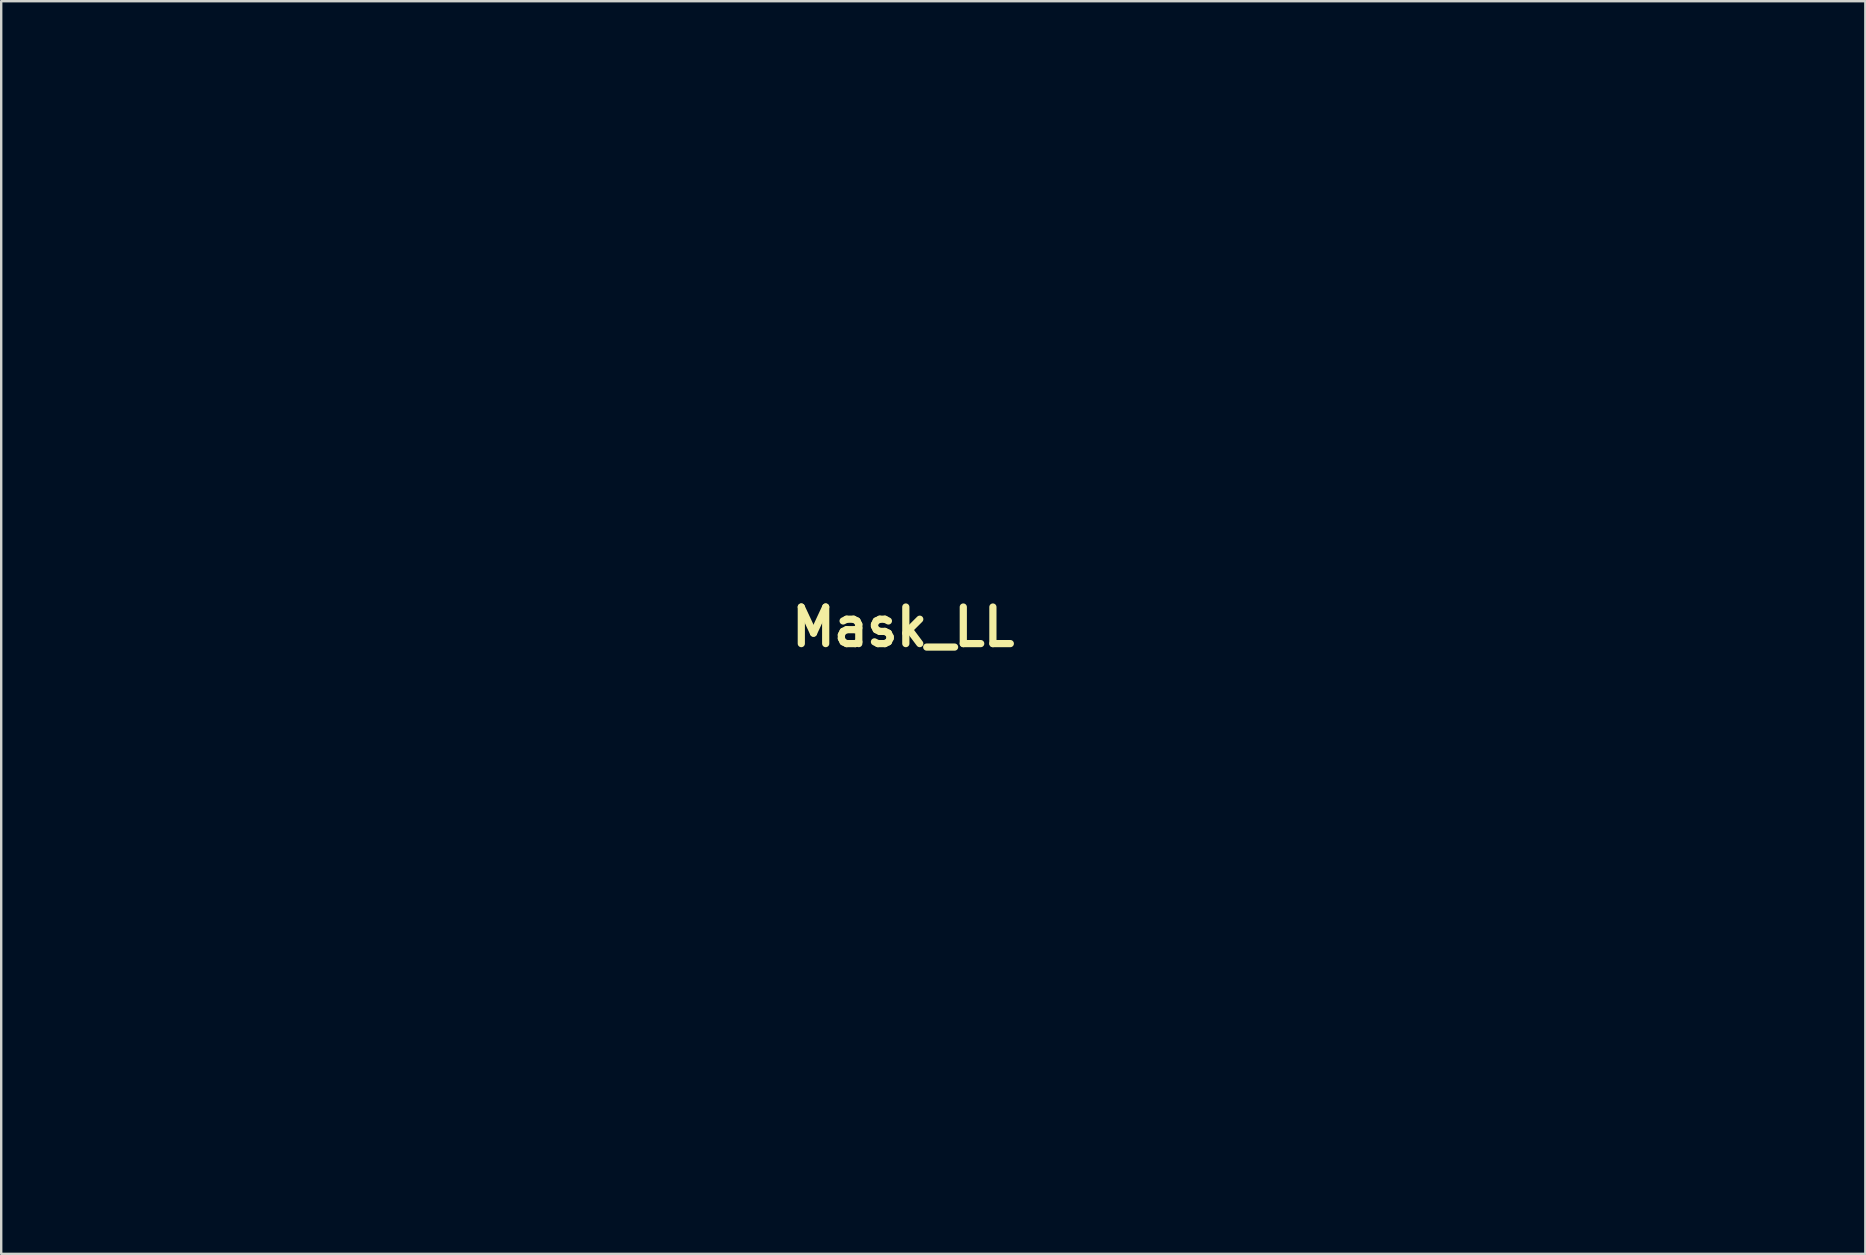
<source format=kicad_pcb>
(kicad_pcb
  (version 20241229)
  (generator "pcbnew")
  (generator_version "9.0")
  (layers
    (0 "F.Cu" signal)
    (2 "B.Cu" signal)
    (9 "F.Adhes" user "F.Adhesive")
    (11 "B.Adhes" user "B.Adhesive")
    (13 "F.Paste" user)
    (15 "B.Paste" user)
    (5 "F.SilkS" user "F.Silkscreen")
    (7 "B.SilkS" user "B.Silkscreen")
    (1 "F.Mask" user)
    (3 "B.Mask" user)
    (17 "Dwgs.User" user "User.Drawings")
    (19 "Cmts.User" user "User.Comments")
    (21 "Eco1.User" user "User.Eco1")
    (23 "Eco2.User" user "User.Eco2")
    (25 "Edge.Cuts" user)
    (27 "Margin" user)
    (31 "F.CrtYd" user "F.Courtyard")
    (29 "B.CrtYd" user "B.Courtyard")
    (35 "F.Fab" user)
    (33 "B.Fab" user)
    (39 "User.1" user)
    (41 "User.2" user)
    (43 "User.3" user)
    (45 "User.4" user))
  (footprint "Mask_LL"
    (layer "F.Cu")
    (at 34.583 23.077)
    (property "Reference" "Mask_LL" (at 0 0 0) (layer "F.SilkS") (effects (font (size 1.524 1.524) (thickness 0.3))))
    (attr through_hole)
    (fp_poly (pts (xy -12.319 -22.881) (xy -12.17 -22.751) (xy -12.052 -22.694) (xy -12.022 -22.691) (xy -11.908 -22.656) (xy -11.802 -22.574) (xy -11.739 -22.5) (xy -11.713 -22.434) (xy -11.718 -22.342) (xy -11.738 -22.238) (xy -11.763 -22.019) (xy -11.737 -21.815) (xy -11.712 -21.689) (xy -11.716 -21.61) (xy -11.757 -21.543) (xy -11.801 -21.495) (xy -11.909 -21.412) (xy -12.017 -21.378) (xy -12.019 -21.378) (xy -12.114 -21.348) (xy -12.247 -21.253) (xy -12.381 -21.131) (xy -12.638 -20.917) (xy -12.894 -20.779) (xy -13.164 -20.711) (xy -13.335 -20.701) (xy -13.595 -20.729) (xy -13.849 -20.807) (xy -14.066 -20.923) (xy -14.142 -20.983) (xy -14.267 -21.059) (xy -14.378 -21.082) (xy -14.47 -21.066) (xy -14.546 -21.007) (xy -14.619 -20.909) (xy -14.687 -20.782) (xy -14.727 -20.662) (xy -14.732 -20.623) (xy -14.723 -20.593) (xy -14.694 -20.547) (xy -14.642 -20.479) (xy -14.564 -20.387) (xy -14.455 -20.266) (xy -14.312 -20.114) (xy -14.132 -19.927) (xy -13.912 -19.701) (xy -13.648 -19.433) (xy -13.337 -19.118) (xy -12.974 -18.754) (xy -12.558 -18.337) (xy -12.202 -17.981) (xy -11.733 -17.512) (xy -11.32 -17.101) (xy -10.96 -16.744) (xy -10.65 -16.438) (xy -10.386 -16.18) (xy -10.165 -15.967) (xy -9.984 -15.795) (xy -9.84 -15.662) (xy -9.729 -15.564) (xy -9.649 -15.498) (xy -9.595 -15.462) (xy -9.567 -15.451) (xy -9.454 -15.428) (xy -9.351 -15.377) (xy -9.295 -15.33) (xy -9.188 -15.23) (xy -9.038 -15.084) (xy -8.853 -14.9) (xy -8.639 -14.687) (xy -8.406 -14.451) (xy -8.234 -14.276) (xy -7.229 -13.249) (xy -4.128 -13.271) (xy -4.127 -13.327) (xy -1.788 -13.327) (xy -1.783 -13.233) (xy -1.736 -13.166) (xy -1.637 -13.109) (xy -1.549 -13.125) (xy -1.495 -13.203) (xy -1.49 -13.285) (xy -1.522 -13.375) (xy -1.605 -13.41) (xy -1.616 -13.412) (xy -1.729 -13.394) (xy -1.788 -13.327) (xy -4.127 -13.327) (xy -4.118 -13.83) (xy 21.719 -13.83) (xy 21.739 -13.735) (xy 21.781 -13.69) (xy 21.882 -13.657) (xy 21.975 -13.704) (xy 22.013 -13.757) (xy 22.025 -13.853) (xy 21.974 -13.93) (xy 21.878 -13.965) (xy 21.842 -13.963) (xy 21.756 -13.917) (xy 21.719 -13.83) (xy -4.118 -13.83) (xy -4.111 -14.246) (xy -1.808 -14.246) (xy -1.758 -14.183) (xy -1.661 -14.108) (xy -1.576 -14.114) (xy -1.526 -14.158) (xy -1.488 -14.26) (xy -1.524 -14.362) (xy -1.576 -14.409) (xy -1.644 -14.43) (xy -1.715 -14.389) (xy -1.743 -14.362) (xy -1.804 -14.294) (xy -1.808 -14.246) (xy -4.111 -14.246) (xy -4.107 -14.473) (xy 16.98 -14.473) (xy 17.01 -14.388) (xy 17.05 -14.354) (xy 17.129 -14.316) (xy 17.185 -14.329) (xy 17.253 -14.396) (xy 17.3 -14.495) (xy 17.271 -14.584) (xy 17.265 -14.588) (xy 18.181 -14.588) (xy 18.182 -14.523) (xy 18.199 -14.486) (xy 18.279 -14.408) (xy 18.379 -14.401) (xy 18.449 -14.444) (xy 18.501 -14.538) (xy 18.487 -14.623) (xy 18.426 -14.683) (xy 18.336 -14.697) (xy 18.244 -14.654) (xy 18.181 -14.588) (xy 17.265 -14.588) (xy 17.177 -14.639) (xy 17.17 -14.64) (xy 17.071 -14.627) (xy 17.004 -14.562) (xy 16.98 -14.473) (xy -4.107 -14.473) (xy -4.106 -14.52) (xy -4.098 -14.915) (xy -4.088 -15.247) (xy -4.087 -15.268) (xy -1.792 -15.268) (xy -1.776 -15.18) (xy -1.699 -15.126) (xy -1.616 -15.121) (xy -1.527 -15.153) (xy -1.491 -15.237) (xy -1.49 -15.248) (xy -1.507 -15.36) (xy -1.574 -15.419) (xy -1.668 -15.414) (xy -1.736 -15.367) (xy -1.792 -15.268) (xy -4.087 -15.268) (xy -4.076 -15.512) (xy -4.063 -15.698) (xy 14.063 -15.698) (xy 14.105 -15.629) (xy 14.203 -15.581) (xy 14.3 -15.607) (xy 14.313 -15.622) (xy 15.041 -15.622) (xy 15.075 -15.561) (xy 15.111 -15.529) (xy 15.212 -15.485) (xy 15.305 -15.502) (xy 15.361 -15.572) (xy 15.367 -15.614) (xy 15.335 -15.719) (xy 15.259 -15.777) (xy 15.165 -15.781) (xy 15.082 -15.722) (xy 15.067 -15.698) (xy 15.041 -15.622) (xy 14.313 -15.622) (xy 14.354 -15.668) (xy 14.378 -15.748) (xy 14.34 -15.819) (xy 14.318 -15.842) (xy 14.242 -15.898) (xy 14.17 -15.89) (xy 14.144 -15.878) (xy 14.069 -15.798) (xy 14.063 -15.698) (xy -4.063 -15.698) (xy -4.062 -15.704) (xy -4.048 -15.818) (xy -4.039 -15.847) (xy -4.027 -15.862) (xy 13.012 -15.862) (xy 13.043 -15.772) (xy 13.117 -15.713) (xy 13.166 -15.706) (xy 13.255 -15.736) (xy 13.291 -15.767) (xy 13.325 -15.861) (xy 13.297 -15.952) (xy 13.223 -16.015) (xy 13.125 -16.024) (xy 13.104 -16.018) (xy 13.03 -15.954) (xy 13.012 -15.862) (xy -4.027 -15.862) (xy -3.989 -15.911) (xy -3.892 -16.018) (xy -3.76 -16.158) (xy -3.601 -16.32) (xy -3.552 -16.369) (xy 8.41 -16.369) (xy 8.426 -16.281) (xy 8.504 -16.227) (xy 8.586 -16.222) (xy 8.676 -16.254) (xy 8.711 -16.337) (xy 8.713 -16.348) (xy 8.695 -16.461) (xy 8.628 -16.52) (xy 8.534 -16.515) (xy 8.467 -16.468) (xy 8.41 -16.369) (xy -3.552 -16.369) (xy -3.428 -16.493) (xy -3.251 -16.668) (xy -3.081 -16.833) (xy -2.928 -16.978) (xy -2.803 -17.092) (xy -2.717 -17.165) (xy -2.682 -17.187) (xy -2.582 -17.226) (xy -2.503 -17.328) (xy -2.46 -17.474) (xy -2.455 -17.544) (xy -2.453 -17.582) (xy -1.793 -17.582) (xy -1.793 -17.531) (xy -1.751 -17.478) (xy -1.656 -17.407) (xy -1.569 -17.42) (xy -1.526 -17.46) (xy -1.488 -17.562) (xy -1.524 -17.663) (xy -1.58 -17.712) (xy -1.645 -17.733) (xy -1.708 -17.693) (xy -1.739 -17.658) (xy -1.793 -17.582) (xy -2.453 -17.582) (xy -2.445 -17.692) (xy -2.419 -17.825) (xy -2.41 -17.851) (xy -2.309 -18.024) (xy -2.151 -18.184) (xy -1.961 -18.313) (xy -1.763 -18.394) (xy -1.63 -18.413) (xy -1.413 -18.373) (xy -1.204 -18.261) (xy -1.018 -18.088) (xy -0.87 -17.867) (xy -0.825 -17.768) (xy -0.736 -17.547) (xy -0.435 -17.526) (xy -0.283 -17.513) (xy -0.168 -17.498) (xy -0.112 -17.485) (xy -0.111 -17.484) (xy -0.072 -17.447) (xy 0.012 -17.364) (xy 0.13 -17.249) (xy 0.226 -17.156) (xy 0.538 -16.849) (xy 3.915 -16.849) (xy 7.292 -16.849) (xy 7.599 -17.15) (xy 9.507 -17.15) (xy 9.555 -17.073) (xy 9.567 -17.06) (xy 9.666 -17.006) (xy 9.756 -17.025) (xy 9.813 -17.105) (xy 9.821 -17.166) (xy 9.79 -17.271) (xy 9.715 -17.324) (xy 9.623 -17.319) (xy 9.539 -17.251) (xy 9.524 -17.227) (xy 9.507 -17.15) (xy 7.599 -17.15) (xy 7.604 -17.156) (xy 7.744 -17.288) (xy 7.873 -17.397) (xy 7.971 -17.47) (xy 8.011 -17.49) (xy 8.095 -17.503) (xy 8.239 -17.513) (xy 8.417 -17.52) (xy 8.499 -17.522) (xy 8.89 -17.526) (xy 9.045 -17.698) (xy 9.254 -17.874) (xy 9.486 -17.972) (xy 9.732 -17.989) (xy 9.981 -17.926) (xy 10.186 -17.812) (xy 10.334 -17.661) (xy 10.431 -17.459) (xy 10.486 -17.196) (xy 10.496 -17.081) (xy 10.52 -16.743) (xy 11.531 -16.719) (xy 11.866 -17.047) (xy 14.269 -17.047) (xy 14.288 -16.953) (xy 14.33 -16.907) (xy 14.432 -16.874) (xy 14.524 -16.921) (xy 14.559 -16.97) (xy 16.746 -16.97) (xy 16.791 -16.885) (xy 16.885 -16.815) (xy 16.971 -16.826) (xy 17.01 -16.857) (xy 17.057 -16.95) (xy 17.041 -17.045) (xy 16.978 -17.114) (xy 16.881 -17.132) (xy 16.855 -17.126) (xy 16.765 -17.063) (xy 16.746 -16.97) (xy 14.559 -16.97) (xy 14.562 -16.975) (xy 14.575 -17.07) (xy 14.523 -17.147) (xy 14.427 -17.182) (xy 14.391 -17.181) (xy 14.305 -17.134) (xy 14.269 -17.047) (xy 11.866 -17.047) (xy 11.915 -17.095) (xy 12.108 -17.284) (xy 12.256 -17.42) (xy 12.371 -17.512) (xy 12.467 -17.569) (xy 12.556 -17.598) (xy 12.651 -17.609) (xy 12.718 -17.611) (xy 12.866 -17.621) (xy 12.969 -17.661) (xy 13.047 -17.724) (xy 13.166 -17.838) (xy 13.166 -18.026) (xy 16.585 -18.026) (xy 16.59 -17.932) (xy 16.637 -17.865) (xy 16.736 -17.808) (xy 16.824 -17.824) (xy 16.878 -17.902) (xy 16.883 -17.984) (xy 16.851 -18.074) (xy 16.767 -18.109) (xy 16.756 -18.111) (xy 16.644 -18.093) (xy 16.585 -18.026) (xy 13.166 -18.026) (xy 13.166 -18.41) (xy 18.058 -18.41) (xy 18.103 -18.324) (xy 18.197 -18.254) (xy 18.283 -18.265) (xy 18.322 -18.296) (xy 18.369 -18.39) (xy 18.354 -18.484) (xy 18.29 -18.553) (xy 18.194 -18.571) (xy 18.167 -18.565) (xy 18.077 -18.503) (xy 18.058 -18.41) (xy 13.166 -18.41) (xy 13.166 -18.498) (xy 13.167 -18.622) (xy 14.44 -18.622) (xy 14.466 -18.524) (xy 14.502 -18.482) (xy 14.576 -18.424) (xy 14.639 -18.433) (xy 14.713 -18.502) (xy 14.765 -18.584) (xy 14.75 -18.656) (xy 14.747 -18.661) (xy 14.66 -18.735) (xy 14.554 -18.741) (xy 14.497 -18.71) (xy 14.44 -18.622) (xy 13.167 -18.622) (xy 13.168 -18.775) (xy 13.173 -18.918) (xy 16.28 -18.918) (xy 16.325 -18.832) (xy 16.419 -18.762) (xy 16.505 -18.773) (xy 16.544 -18.804) (xy 16.591 -18.898) (xy 16.576 -18.992) (xy 16.512 -19.061) (xy 16.416 -19.079) (xy 16.389 -19.073) (xy 16.299 -19.011) (xy 16.28 -18.918) (xy 13.173 -18.918) (xy 13.175 -18.979) (xy 13.188 -19.119) (xy 13.207 -19.207) (xy 13.224 -19.242) (xy 13.281 -19.309) (xy 13.382 -19.417) (xy 13.51 -19.548) (xy 13.648 -19.685) (xy 13.781 -19.814) (xy 13.891 -19.916) (xy 13.963 -19.977) (xy 13.971 -19.983) (xy 14.03 -19.995) (xy 14.161 -20.005) (xy 14.282 -20.011) (xy 20.462 -20.011) (xy 20.494 -19.92) (xy 20.568 -19.862) (xy 20.616 -19.854) (xy 20.706 -19.885) (xy 20.742 -19.916) (xy 20.776 -20.01) (xy 20.747 -20.1) (xy 20.674 -20.163) (xy 20.575 -20.173) (xy 20.554 -20.167) (xy 20.481 -20.103) (xy 20.462 -20.011) (xy 14.282 -20.011) (xy 14.35 -20.014) (xy 14.584 -20.02) (xy 14.85 -20.024) (xy 14.965 -20.025) (xy 15.291 -20.026) (xy 15.542 -20.031) (xy 15.729 -20.039) (xy 15.862 -20.051) (xy 15.95 -20.067) (xy 16.002 -20.087) (xy 16.091 -20.117) (xy 16.237 -20.137) (xy 16.452 -20.147) (xy 16.614 -20.149) (xy 17.12 -20.151) (xy 18.049 -21.074) (xy 19.463 -21.074) (xy 19.469 -20.98) (xy 19.516 -20.913) (xy 19.614 -20.856) (xy 19.702 -20.872) (xy 19.756 -20.95) (xy 19.762 -21.032) (xy 19.757 -21.046) (xy 20.462 -21.046) (xy 20.471 -20.96) (xy 20.486 -20.937) (xy 20.567 -20.881) (xy 20.616 -20.87) (xy 20.704 -20.901) (xy 20.746 -20.937) (xy 20.775 -21.023) (xy 20.737 -21.1) (xy 20.648 -21.143) (xy 20.616 -21.145) (xy 20.515 -21.116) (xy 20.462 -21.046) (xy 19.757 -21.046) (xy 19.73 -21.122) (xy 19.646 -21.157) (xy 19.635 -21.159) (xy 19.522 -21.141) (xy 19.463 -21.074) (xy 18.049 -21.074) (xy 18.12 -21.145) (xy 19.121 -22.14) (xy 20.091 -22.14) (xy 20.372 -22.138) (xy 20.626 -22.133) (xy 20.841 -22.126) (xy 21.004 -22.117) (xy 21.102 -22.106) (xy 21.123 -22.1) (xy 21.181 -22.052) (xy 21.284 -21.957) (xy 21.415 -21.831) (xy 21.562 -21.687) (xy 21.707 -21.541) (xy 21.838 -21.406) (xy 21.939 -21.299) (xy 21.996 -21.233) (xy 21.997 -21.231) (xy 22.025 -21.162) (xy 22.043 -21.039) (xy 22.053 -20.852) (xy 22.056 -20.624) (xy 22.054 -20.399) (xy 22.048 -20.241) (xy 22.035 -20.134) (xy 22.013 -20.061) (xy 21.98 -20.004) (xy 21.971 -19.993) (xy 21.925 -19.897) (xy 21.895 -19.764) (xy 21.883 -19.621) (xy 21.89 -19.496) (xy 21.919 -19.418) (xy 21.929 -19.41) (xy 21.969 -19.36) (xy 21.971 -19.349) (xy 21.941 -19.298) (xy 21.86 -19.207) (xy 21.744 -19.09) (xy 21.608 -18.96) (xy 21.467 -18.833) (xy 21.335 -18.722) (xy 21.229 -18.64) (xy 21.165 -18.603) (xy 21.066 -18.549) (xy 20.942 -18.456) (xy 20.849 -18.372) (xy 20.746 -18.268) (xy 20.69 -18.187) (xy 20.665 -18.098) (xy 20.659 -17.967) (xy 20.659 -17.908) (xy 20.659 -17.631) (xy 21.537 -16.757) (xy 21.791 -16.505) (xy 21.993 -16.307) (xy 22.151 -16.155) (xy 22.273 -16.043) (xy 22.367 -15.965) (xy 22.44 -15.914) (xy 22.501 -15.883) (xy 22.558 -15.866) (xy 22.611 -15.856) (xy 22.68 -15.844) (xy 22.744 -15.822) (xy 22.813 -15.783) (xy 22.898 -15.718) (xy 23.007 -15.62) (xy 23.152 -15.481) (xy 23.342 -15.292) (xy 23.438 -15.196) (xy 24.068 -14.563) (xy 30.753 -14.563) (xy 31.125 -14.932) (xy 31.284 -15.094) (xy 31.392 -15.213) (xy 31.456 -15.301) (xy 31.488 -15.372) (xy 31.496 -15.44) (xy 31.496 -15.441) (xy 31.489 -15.523) (xy 31.454 -15.581) (xy 31.373 -15.633) (xy 31.274 -15.68) (xy 31.016 -15.839) (xy 30.781 -16.064) (xy 30.586 -16.338) (xy 30.482 -16.548) (xy 30.393 -16.801) (xy 30.358 -17.007) (xy 30.768 -17.007) (xy 30.822 -16.725) (xy 30.937 -16.461) (xy 31.085 -16.261) (xy 31.312 -16.082) (xy 31.578 -15.965) (xy 31.866 -15.916) (xy 32.156 -15.937) (xy 32.417 -16.026) (xy 32.671 -16.195) (xy 32.864 -16.411) (xy 32.994 -16.661) (xy 33.059 -16.932) (xy 33.058 -17.21) (xy 32.989 -17.483) (xy 32.849 -17.738) (xy 32.683 -17.922) (xy 32.551 -18.027) (xy 32.414 -18.116) (xy 32.349 -18.15) (xy 32.179 -18.194) (xy 31.965 -18.212) (xy 31.743 -18.204) (xy 31.55 -18.17) (xy 31.488 -18.149) (xy 31.309 -18.044) (xy 31.124 -17.887) (xy 30.963 -17.707) (xy 30.86 -17.545) (xy 30.78 -17.288) (xy 30.768 -17.007) (xy 30.358 -17.007) (xy 30.356 -17.02) (xy 30.371 -17.234) (xy 30.44 -17.471) (xy 30.501 -17.622) (xy 30.569 -17.796) (xy 30.621 -17.957) (xy 30.648 -18.079) (xy 30.649 -18.104) (xy 30.638 -18.205) (xy 30.588 -18.253) (xy 30.533 -18.27) (xy 30.208 -18.378) (xy 29.924 -18.546) (xy 29.691 -18.764) (xy 29.517 -19.023) (xy 29.41 -19.312) (xy 29.379 -19.582) (xy 29.38 -19.586) (xy 30.2 -19.586) (xy 30.222 -19.439) (xy 30.316 -19.286) (xy 30.463 -19.151) (xy 30.626 -19.099) (xy 30.8 -19.131) (xy 30.908 -19.189) (xy 31.05 -19.327) (xy 31.117 -19.491) (xy 31.109 -19.663) (xy 31.024 -19.829) (xy 30.938 -19.917) (xy 30.777 -20.004) (xy 30.605 -20.017) (xy 30.441 -19.96) (xy 30.305 -19.839) (xy 30.249 -19.747) (xy 30.2 -19.586) (xy 29.38 -19.586) (xy 29.413 -19.829) (xy 29.506 -20.089) (xy 29.645 -20.33) (xy 29.787 -20.496) (xy 29.961 -20.628) (xy 30.179 -20.742) (xy 30.407 -20.827) (xy 30.615 -20.868) (xy 30.662 -20.87) (xy 30.92 -20.834) (xy 31.185 -20.732) (xy 31.435 -20.581) (xy 31.647 -20.392) (xy 31.797 -20.182) (xy 31.863 -20.083) (xy 31.931 -20.028) (xy 31.95 -20.024) (xy 31.997 -19.995) (xy 32.095 -19.913) (xy 32.237 -19.787) (xy 32.412 -19.623) (xy 32.614 -19.43) (xy 32.833 -19.214) (xy 32.86 -19.188) (xy 33.129 -18.918) (xy 33.342 -18.699) (xy 33.504 -18.526) (xy 33.62 -18.392) (xy 33.695 -18.293) (xy 33.734 -18.221) (xy 33.74 -18.204) (xy 33.755 -18.103) (xy 33.767 -17.936) (xy 33.775 -17.721) (xy 33.78 -17.473) (xy 33.781 -17.213) (xy 33.778 -16.956) (xy 33.772 -16.721) (xy 33.762 -16.525) (xy 33.749 -16.387) (xy 33.74 -16.341) (xy 33.707 -16.273) (xy 33.635 -16.174) (xy 33.521 -16.04) (xy 33.358 -15.864) (xy 33.143 -15.641) (xy 32.89 -15.385) (xy 32.649 -15.143) (xy 32.461 -14.953) (xy 32.32 -14.806) (xy 32.22 -14.695) (xy 32.154 -14.613) (xy 32.116 -14.551) (xy 32.098 -14.501) (xy 32.094 -14.455) (xy 32.096 -14.432) (xy 32.11 -14.287) (xy 32.787 -14.266) (xy 33.054 -14.255) (xy 33.276 -14.24) (xy 33.441 -14.221) (xy 33.537 -14.201) (xy 33.549 -14.195) (xy 33.619 -14.142) (xy 33.726 -14.046) (xy 33.848 -13.927) (xy 33.865 -13.91) (xy 34.097 -13.674) (xy 34.569 -13.674) (xy 34.831 -13.671) (xy 35.026 -13.661) (xy 35.172 -13.639) (xy 35.287 -13.6) (xy 35.388 -13.54) (xy 35.494 -13.454) (xy 35.519 -13.431) (xy 35.635 -13.321) (xy 35.699 -13.237) (xy 35.725 -13.154) (xy 35.729 -13.077) (xy 35.729 -12.912) (xy 31.411 -12.912) (xy 31.411 -11.748) (xy 31.411 -11.403) (xy 31.41 -11.134) (xy 31.407 -10.931) (xy 31.402 -10.785) (xy 31.394 -10.687) (xy 31.383 -10.627) (xy 31.367 -10.596) (xy 31.347 -10.584) (xy 31.334 -10.583) (xy 31.283 -10.613) (xy 31.182 -10.695) (xy 31.039 -10.823) (xy 30.863 -10.988) (xy 30.663 -11.183) (xy 30.542 -11.303) (xy 29.827 -12.023) (xy 19.074 -12.023) (xy 18.47 -11.418) (xy 17.865 -10.813) (xy 17.865 -10.58) (xy 17.873 -10.44) (xy 17.896 -10.333) (xy 17.915 -10.295) (xy 17.984 -10.268) (xy 18.111 -10.25) (xy 18.234 -10.245) (xy 18.502 -10.245) (xy 18.86 -9.901) (xy 19.218 -9.557) (xy 19.492 -9.587) (xy 19.735 -9.596) (xy 19.915 -9.563) (xy 19.918 -9.561) (xy 20.025 -9.532) (xy 20.123 -9.534) (xy 20.252 -9.571) (xy 20.275 -9.579) (xy 20.417 -9.622) (xy 20.545 -9.648) (xy 20.589 -9.652) (xy 20.739 -9.624) (xy 20.915 -9.55) (xy 21.081 -9.446) (xy 21.138 -9.4) (xy 21.247 -9.267) (xy 21.342 -9.095) (xy 21.405 -8.918) (xy 21.421 -8.805) (xy 21.392 -8.639) (xy 21.319 -8.455) (xy 21.217 -8.292) (xy 21.183 -8.252) (xy 21.081 -8.143) (xy 21.103 -5.524) (xy 21.224 -5.511) (xy 21.275 -5.513) (xy 21.334 -5.535) (xy 21.411 -5.586) (xy 21.515 -5.674) (xy 21.656 -5.805) (xy 21.846 -5.989) (xy 21.863 -6.006) (xy 22.08 -6.214) (xy 22.25 -6.367) (xy 22.383 -6.47) (xy 22.49 -6.53) (xy 22.581 -6.554) (xy 22.666 -6.547) (xy 22.698 -6.538) (xy 22.764 -6.497) (xy 22.877 -6.404) (xy 23.024 -6.272) (xy 23.195 -6.111) (xy 23.379 -5.932) (xy 23.563 -5.747) (xy 23.738 -5.567) (xy 23.892 -5.403) (xy 24.013 -5.266) (xy 24.091 -5.168) (xy 24.109 -5.137) (xy 24.151 -5.003) (xy 24.149 -4.899) (xy 24.109 -4.838) (xy 24.019 -4.73) (xy 23.89 -4.586) (xy 23.731 -4.416) (xy 23.553 -4.231) (xy 23.368 -4.043) (xy 23.185 -3.863) (xy 23.017 -3.701) (xy 22.872 -3.568) (xy 22.763 -3.475) (xy 22.722 -3.445) (xy 22.608 -3.35) (xy 22.564 -3.261) (xy 22.564 -3.255) (xy 22.594 -3.176) (xy 22.68 -3.05) (xy 22.812 -2.888) (xy 22.98 -2.699) (xy 23.177 -2.491) (xy 23.392 -2.275) (xy 23.617 -2.059) (xy 23.842 -1.852) (xy 24.059 -1.665) (xy 24.259 -1.506) (xy 24.32 -1.46) (xy 24.641 -1.249) (xy 25.015 -1.038) (xy 25.412 -0.84) (xy 25.803 -0.671) (xy 26.12 -0.558) (xy 26.288 -0.507) (xy 26.518 -0.44) (xy 26.789 -0.363) (xy 27.08 -0.281) (xy 27.37 -0.202) (xy 27.39 -0.196) (xy 27.802 -0.083) (xy 28.144 0.014) (xy 28.428 0.1) (xy 28.666 0.178) (xy 28.871 0.253) (xy 29.053 0.329) (xy 29.226 0.409) (xy 29.266 0.429) (xy 29.757 0.706) (xy 30.209 1.035) (xy 30.625 1.42) (xy 31.008 1.864) (xy 31.363 2.372) (xy 31.691 2.949) (xy 31.997 3.6) (xy 32.284 4.328) (xy 32.363 4.551) (xy 32.446 4.789) (xy 32.508 4.959) (xy 32.555 5.073) (xy 32.595 5.142) (xy 32.632 5.178) (xy 32.674 5.194) (xy 32.71 5.199) (xy 32.784 5.202) (xy 32.839 5.19) (xy 32.876 5.152) (xy 32.898 5.078) (xy 32.906 4.959) (xy 32.901 4.784) (xy 32.886 4.545) (xy 32.861 4.246) (xy 32.808 3.61) (xy 33.209 3.61) (xy 33.213 3.78) (xy 33.229 4.022) (xy 33.253 4.323) (xy 33.275 4.58) (xy 33.296 4.809) (xy 33.314 4.997) (xy 33.329 5.13) (xy 33.338 5.193) (xy 33.338 5.195) (xy 33.389 5.226) (xy 33.514 5.228) (xy 33.558 5.224) (xy 33.673 5.213) (xy 33.851 5.197) (xy 34.071 5.177) (xy 34.313 5.155) (xy 34.409 5.147) (xy 34.637 5.125) (xy 34.836 5.1) (xy 34.99 5.076) (xy 35.084 5.055) (xy 35.104 5.045) (xy 35.113 4.992) (xy 35.115 4.87) (xy 35.11 4.696) (xy 35.099 4.485) (xy 35.084 4.252) (xy 35.067 4.014) (xy 35.047 3.787) (xy 35.026 3.585) (xy 35.005 3.425) (xy 34.986 3.323) (xy 34.975 3.295) (xy 34.923 3.287) (xy 34.803 3.289) (xy 34.63 3.298) (xy 34.421 3.313) (xy 34.189 3.332) (xy 33.952 3.355) (xy 33.725 3.379) (xy 33.523 3.403) (xy 33.363 3.426) (xy 33.259 3.446) (xy 33.229 3.457) (xy 33.214 3.504) (xy 33.209 3.61) (xy 32.808 3.61) (xy 32.791 3.397) (xy 32.906 3.245) (xy 32.96 3.18) (xy 33.02 3.129) (xy 33.096 3.088) (xy 33.2 3.055) (xy 33.343 3.027) (xy 33.536 3.001) (xy 33.791 2.975) (xy 34.118 2.946) (xy 34.15 2.943) (xy 34.456 2.918) (xy 34.692 2.903) (xy 34.868 2.9) (xy 34.997 2.911) (xy 35.093 2.935) (xy 35.167 2.977) (xy 35.233 3.035) (xy 35.269 3.075) (xy 35.309 3.126) (xy 35.34 3.184) (xy 35.365 3.263) (xy 35.387 3.376) (xy 35.408 3.536) (xy 35.431 3.756) (xy 35.454 4.004) (xy 35.486 4.366) (xy 35.506 4.655) (xy 35.512 4.88) (xy 35.502 5.051) (xy 35.476 5.18) (xy 35.431 5.275) (xy 35.365 5.349) (xy 35.277 5.409) (xy 35.218 5.442) (xy 35.115 5.528) (xy 35.093 5.639) (xy 35.151 5.773) (xy 35.267 5.907) (xy 35.379 6.028) (xy 35.473 6.15) (xy 35.534 6.255) (xy 35.553 6.323) (xy 35.547 6.335) (xy 35.496 6.353) (xy 35.398 6.372) (xy 35.385 6.374) (xy 35.294 6.379) (xy 35.228 6.351) (xy 35.16 6.272) (xy 35.125 6.221) (xy 34.963 6.054) (xy 34.754 5.942) (xy 34.517 5.885) (xy 34.27 5.885) (xy 34.03 5.941) (xy 33.817 6.055) (xy 33.685 6.178) (xy 33.563 6.384) (xy 33.497 6.63) (xy 33.488 6.89) (xy 33.538 7.139) (xy 33.625 7.318) (xy 33.789 7.493) (xy 34.006 7.618) (xy 34.255 7.687) (xy 34.518 7.692) (xy 34.663 7.665) (xy 34.843 7.585) (xy 35.017 7.456) (xy 35.157 7.302) (xy 35.228 7.172) (xy 35.281 7.069) (xy 35.354 7.026) (xy 35.399 7.021) (xy 35.506 7.015) (xy 35.571 7.01) (xy 35.615 7.035) (xy 35.612 7.113) (xy 35.568 7.229) (xy 35.49 7.37) (xy 35.384 7.523) (xy 35.26 7.671) (xy 35.136 7.813) (xy 35.071 7.923) (xy 35.066 8.017) (xy 35.125 8.111) (xy 35.252 8.22) (xy 35.394 8.322) (xy 35.54 8.453) (xy 35.682 8.628) (xy 35.729 8.702) (xy 35.803 8.831) (xy 35.847 8.936) (xy 35.869 9.046) (xy 35.877 9.193) (xy 35.877 9.313) (xy 35.875 9.497) (xy 35.862 9.626) (xy 35.833 9.73) (xy 35.778 9.84) (xy 35.729 9.923) (xy 35.63 10.07) (xy 35.52 10.202) (xy 35.441 10.277) (xy 35.348 10.364) (xy 35.314 10.449) (xy 35.314 10.515) (xy 35.339 10.605) (xy 35.405 10.687) (xy 35.529 10.784) (xy 35.544 10.794) (xy 35.781 11.004) (xy 35.96 11.259) (xy 36.075 11.544) (xy 36.118 11.844) (xy 36.098 12.074) (xy 36.013 12.328) (xy 35.862 12.583) (xy 35.66 12.814) (xy 35.554 12.937) (xy 35.519 13.044) (xy 35.558 13.147) (xy 35.674 13.256) (xy 35.793 13.335) (xy 35.943 13.462) (xy 36.089 13.646) (xy 36.215 13.859) (xy 36.301 14.074) (xy 36.318 14.143) (xy 36.346 14.359) (xy 36.327 14.569) (xy 36.32 14.607) (xy 36.26 14.794) (xy 36.165 14.992) (xy 36.049 15.172) (xy 35.929 15.309) (xy 35.878 15.349) (xy 35.796 15.434) (xy 35.772 15.558) (xy 35.772 15.562) (xy 35.781 15.651) (xy 35.822 15.721) (xy 35.911 15.796) (xy 35.977 15.841) (xy 36.181 16.018) (xy 36.357 16.251) (xy 36.486 16.51) (xy 36.538 16.688) (xy 36.558 16.976) (xy 36.509 17.262) (xy 36.396 17.517) (xy 36.384 17.536) (xy 36.317 17.649) (xy 36.284 17.746) (xy 36.292 17.842) (xy 36.344 17.949) (xy 36.446 18.082) (xy 36.603 18.253) (xy 36.682 18.335) (xy 37.084 18.749) (xy 37.084 19.956) (xy 37.083 20.317) (xy 37.081 20.602) (xy 37.077 20.824) (xy 37.071 20.991) (xy 37.061 21.115) (xy 37.048 21.204) (xy 37.03 21.27) (xy 37.012 21.314) (xy 36.973 21.416) (xy 36.961 21.521) (xy 36.974 21.661) (xy 36.984 21.724) (xy 37.003 22.041) (xy 36.948 22.329) (xy 36.814 22.607) (xy 36.785 22.651) (xy 36.672 22.795) (xy 36.544 22.928) (xy 36.454 23) (xy 36.381 23.045) (xy 36.314 23.077) (xy 36.234 23.097) (xy 36.125 23.107) (xy 35.969 23.111) (xy 35.749 23.111) (xy 35.698 23.111) (xy 35.465 23.109) (xy 35.299 23.105) (xy 35.184 23.095) (xy 35.104 23.076) (xy 35.041 23.047) (xy 34.98 23.005) (xy 34.966 22.995) (xy 34.848 22.899) (xy 34.742 22.804) (xy 34.723 22.786) (xy 34.629 22.718) (xy 34.542 22.691) (xy 34.496 22.684) (xy 34.472 22.651) (xy 34.464 22.573) (xy 34.467 22.432) (xy 34.468 22.405) (xy 34.48 22.119) (xy 34.646 22.119) (xy 34.757 22.127) (xy 34.817 22.165) (xy 34.857 22.254) (xy 34.858 22.257) (xy 34.964 22.461) (xy 35.124 22.646) (xy 35.306 22.775) (xy 35.494 22.837) (xy 35.718 22.859) (xy 35.94 22.843) (xy 36.08 22.803) (xy 36.203 22.726) (xy 36.342 22.602) (xy 36.47 22.458) (xy 36.561 22.322) (xy 36.578 22.284) (xy 36.614 22.106) (xy 36.614 21.894) (xy 36.578 21.688) (xy 36.534 21.569) (xy 36.449 21.403) (xy 36.576 21.272) (xy 36.703 21.141) (xy 36.703 18.857) (xy 36.385 18.541) (xy 36.066 18.224) (xy 35.506 18.202) (xy 35.234 18.195) (xy 35.039 18.2) (xy 34.915 18.217) (xy 34.856 18.25) (xy 34.853 18.301) (xy 34.901 18.37) (xy 34.903 18.371) (xy 34.944 18.408) (xy 34.999 18.433) (xy 35.084 18.447) (xy 35.216 18.455) (xy 35.411 18.457) (xy 35.491 18.457) (xy 36.002 18.457) (xy 36.247 18.699) (xy 36.491 18.942) (xy 36.491 20.004) (xy 36.491 20.331) (xy 36.49 20.584) (xy 36.487 20.773) (xy 36.482 20.91) (xy 36.472 21.004) (xy 36.458 21.067) (xy 36.439 21.109) (xy 36.413 21.14) (xy 36.391 21.161) (xy 36.291 21.255) (xy 36.148 21.172) (xy 35.913 21.081) (xy 35.666 21.063) (xy 35.424 21.113) (xy 35.201 21.223) (xy 35.016 21.389) (xy 34.883 21.604) (xy 34.863 21.658) (xy 34.818 21.765) (xy 34.76 21.815) (xy 34.657 21.834) (xy 34.633 21.836) (xy 34.459 21.849) (xy 34.459 20.64) (xy 34.697 20.4) (xy 34.935 20.159) (xy 35.084 20.248) (xy 35.249 20.309) (xy 35.454 20.335) (xy 35.665 20.327) (xy 35.844 20.283) (xy 35.877 20.267) (xy 36.103 20.107) (xy 36.266 19.904) (xy 36.366 19.674) (xy 36.399 19.43) (xy 36.364 19.186) (xy 36.26 18.956) (xy 36.091 18.761) (xy 35.936 18.641) (xy 35.791 18.574) (xy 35.618 18.546) (xy 35.492 18.542) (xy 35.229 18.579) (xy 35 18.683) (xy 34.815 18.841) (xy 34.68 19.041) (xy 34.604 19.269) (xy 34.593 19.514) (xy 34.658 19.764) (xy 34.685 19.824) (xy 34.784 20.02) (xy 34.632 20.162) (xy 34.516 20.246) (xy 34.408 20.286) (xy 34.327 20.279) (xy 34.29 20.221) (xy 34.29 20.211) (xy 34.253 20.163) (xy 34.184 20.151) (xy 34.105 20.136) (xy 34.078 20.108) (xy 34.046 20.068) (xy 34.034 20.066) (xy 33.97 20.039) (xy 33.86 19.968) (xy 33.723 19.866) (xy 33.576 19.746) (xy 33.435 19.621) (xy 33.359 19.547) (xy 33.201 19.368) (xy 33.062 19.168) (xy 32.933 18.932) (xy 32.808 18.643) (xy 32.676 18.287) (xy 32.672 18.276) (xy 32.477 17.662) (xy 32.291 16.965) (xy 32.276 16.899) (xy 34.376 16.899) (xy 34.413 17.17) (xy 34.519 17.406) (xy 34.686 17.593) (xy 34.687 17.594) (xy 34.926 17.744) (xy 35.172 17.811) (xy 35.435 17.799) (xy 35.539 17.775) (xy 35.71 17.693) (xy 35.882 17.555) (xy 36.031 17.384) (xy 36.133 17.205) (xy 36.152 17.148) (xy 36.182 16.883) (xy 36.134 16.623) (xy 36.014 16.387) (xy 35.828 16.189) (xy 35.781 16.154) (xy 35.571 16.051) (xy 35.331 16.004) (xy 35.092 16.015) (xy 34.9 16.078) (xy 34.665 16.241) (xy 34.495 16.45) (xy 34.398 16.695) (xy 34.376 16.899) (xy 32.276 16.899) (xy 32.113 16.188) (xy 31.943 15.333) (xy 31.789 14.441) (xy 34.15 14.441) (xy 34.204 14.681) (xy 34.319 14.893) (xy 34.483 15.068) (xy 34.685 15.196) (xy 34.913 15.268) (xy 35.156 15.275) (xy 35.403 15.207) (xy 35.412 15.203) (xy 35.623 15.066) (xy 35.797 14.873) (xy 35.916 14.649) (xy 35.939 14.571) (xy 35.961 14.316) (xy 35.911 14.077) (xy 35.799 13.865) (xy 35.637 13.688) (xy 35.436 13.557) (xy 35.209 13.481) (xy 34.966 13.468) (xy 34.719 13.529) (xy 34.69 13.542) (xy 34.495 13.669) (xy 34.326 13.852) (xy 34.205 14.061) (xy 34.167 14.182) (xy 34.15 14.441) (xy 31.789 14.441) (xy 31.782 14.401) (xy 31.631 13.395) (xy 31.49 12.316) (xy 31.438 11.859) (xy 33.923 11.859) (xy 33.969 12.116) (xy 34.083 12.35) (xy 34.255 12.545) (xy 34.479 12.685) (xy 34.503 12.695) (xy 34.635 12.725) (xy 34.81 12.738) (xy 34.989 12.733) (xy 35.132 12.709) (xy 35.153 12.702) (xy 35.281 12.628) (xy 35.425 12.51) (xy 35.559 12.372) (xy 35.654 12.241) (xy 35.672 12.204) (xy 35.724 11.992) (xy 35.723 11.753) (xy 35.673 11.524) (xy 35.632 11.429) (xy 35.473 11.212) (xy 35.265 11.052) (xy 35.023 10.957) (xy 34.765 10.934) (xy 34.586 10.963) (xy 34.396 11.051) (xy 34.212 11.197) (xy 34.059 11.377) (xy 33.961 11.567) (xy 33.952 11.598) (xy 33.923 11.859) (xy 31.438 11.859) (xy 31.359 11.167) (xy 31.242 9.991) (xy 31.192 9.483) (xy 31.175 9.334) (xy 33.701 9.334) (xy 33.746 9.584) (xy 33.866 9.821) (xy 34.007 9.986) (xy 34.223 10.136) (xy 34.471 10.209) (xy 34.749 10.203) (xy 34.949 10.156) (xy 35.085 10.083) (xy 35.23 9.957) (xy 35.361 9.802) (xy 35.452 9.643) (xy 35.452 9.643) (xy 35.512 9.393) (xy 35.495 9.138) (xy 35.404 8.893) (xy 35.243 8.676) (xy 35.216 8.649) (xy 35.036 8.513) (xy 34.84 8.439) (xy 34.608 8.418) (xy 34.395 8.434) (xy 34.224 8.492) (xy 34.057 8.606) (xy 34.013 8.643) (xy 33.835 8.851) (xy 33.731 9.085) (xy 33.701 9.334) (xy 31.175 9.334) (xy 31.141 9.042) (xy 31.087 8.647) (xy 31.026 8.281) (xy 30.956 7.924) (xy 30.873 7.557) (xy 30.817 7.329) (xy 30.601 6.524) (xy 30.376 5.801) (xy 30.139 5.153) (xy 29.887 4.576) (xy 29.619 4.068) (xy 29.332 3.623) (xy 29.023 3.237) (xy 28.689 2.906) (xy 28.33 2.626) (xy 27.941 2.392) (xy 27.875 2.359) (xy 27.727 2.29) (xy 27.55 2.219) (xy 27.333 2.142) (xy 27.071 2.056) (xy 26.753 1.96) (xy 26.373 1.85) (xy 25.921 1.724) (xy 25.755 1.678) (xy 25.152 1.504) (xy 24.621 1.331) (xy 24.149 1.154) (xy 23.726 0.966) (xy 23.338 0.761) (xy 22.973 0.536) (xy 22.62 0.282) (xy 22.437 0.138) (xy 22.371 0.079) (xy 22.251 -0.034) (xy 22.084 -0.195) (xy 21.872 -0.401) (xy 21.621 -0.647) (xy 21.336 -0.928) (xy 21.021 -1.238) (xy 20.68 -1.575) (xy 20.32 -1.932) (xy 19.944 -2.305) (xy 19.557 -2.69) (xy 19.164 -3.081) (xy 18.77 -3.474) (xy 18.379 -3.864) (xy 17.996 -4.248) (xy 17.626 -4.618) (xy 17.273 -4.972) (xy 17.27 -4.975) (xy 21.378 -4.975) (xy 21.96 -4.393) (xy 22.142 -4.212) (xy 22.305 -4.055) (xy 22.439 -3.929) (xy 22.535 -3.845) (xy 22.582 -3.81) (xy 22.584 -3.81) (xy 22.625 -3.839) (xy 22.717 -3.918) (xy 22.848 -4.04) (xy 23.009 -4.194) (xy 23.189 -4.372) (xy 23.209 -4.392) (xy 23.791 -4.973) (xy 22.586 -6.181) (xy 21.982 -5.578) (xy 21.378 -4.975) (xy 17.27 -4.975) (xy 16.942 -5.305) (xy 16.638 -5.611) (xy 16.366 -5.886) (xy 16.131 -6.126) (xy 15.936 -6.325) (xy 15.787 -6.479) (xy 15.688 -6.584) (xy 15.645 -6.633) (xy 15.644 -6.635) (xy 15.627 -6.703) (xy 15.609 -6.838) (xy 15.593 -7.022) (xy 15.581 -7.238) (xy 15.579 -7.303) (xy 15.557 -7.895) (xy 15.261 -7.919) (xy 14.976 -7.962) (xy 14.756 -8.042) (xy 14.587 -8.171) (xy 14.452 -8.356) (xy 14.397 -8.467) (xy 14.339 -8.619) (xy 14.315 -8.758) (xy 15.01 -8.758) (xy 15.055 -8.672) (xy 15.149 -8.602) (xy 15.235 -8.613) (xy 15.274 -8.644) (xy 15.316 -8.726) (xy 15.927 -8.726) (xy 15.961 -8.655) (xy 16.048 -8.598) (xy 16.14 -8.624) (xy 16.163 -8.644) (xy 16.211 -8.743) (xy 16.206 -8.763) (xy 16.806 -8.763) (xy 16.839 -8.669) (xy 16.915 -8.604) (xy 16.96 -8.594) (xy 17.03 -8.621) (xy 17.078 -8.66) (xy 17.132 -8.728) (xy 17.145 -8.763) (xy 17.116 -8.821) (xy 17.714 -8.821) (xy 17.717 -8.722) (xy 17.76 -8.662) (xy 17.835 -8.603) (xy 17.903 -8.608) (xy 17.967 -8.649) (xy 18.022 -8.729) (xy 18.02 -8.758) (xy 18.608 -8.758) (xy 18.653 -8.672) (xy 18.747 -8.602) (xy 18.833 -8.613) (xy 18.872 -8.644) (xy 18.907 -8.713) (xy 19.528 -8.713) (xy 19.56 -8.655) (xy 19.644 -8.598) (xy 19.732 -8.625) (xy 19.788 -8.688) (xy 19.83 -8.762) (xy 19.817 -8.805) (xy 20.405 -8.805) (xy 20.437 -8.711) (xy 20.513 -8.646) (xy 20.558 -8.636) (xy 20.628 -8.664) (xy 20.677 -8.703) (xy 20.73 -8.771) (xy 20.743 -8.805) (xy 20.711 -8.87) (xy 20.64 -8.937) (xy 20.567 -8.974) (xy 20.558 -8.975) (xy 20.473 -8.939) (xy 20.414 -8.855) (xy 20.405 -8.805) (xy 19.817 -8.805) (xy 19.814 -8.818) (xy 19.769 -8.867) (xy 19.692 -8.924) (xy 19.625 -8.914) (xy 19.61 -8.906) (xy 19.535 -8.819) (xy 19.528 -8.713) (xy 18.907 -8.713) (xy 18.92 -8.738) (xy 18.904 -8.832) (xy 18.84 -8.901) (xy 18.744 -8.919) (xy 18.717 -8.913) (xy 18.627 -8.851) (xy 18.608 -8.758) (xy 18.02 -8.758) (xy 18.015 -8.817) (xy 17.963 -8.892) (xy 17.882 -8.929) (xy 17.791 -8.906) (xy 17.714 -8.821) (xy 17.116 -8.821) (xy 17.113 -8.828) (xy 17.042 -8.895) (xy 16.969 -8.932) (xy 16.96 -8.932) (xy 16.875 -8.896) (xy 16.816 -8.813) (xy 16.806 -8.763) (xy 16.206 -8.763) (xy 16.186 -8.849) (xy 16.147 -8.893) (xy 16.062 -8.923) (xy 15.986 -8.891) (xy 15.936 -8.818) (xy 15.927 -8.726) (xy 15.316 -8.726) (xy 15.321 -8.738) (xy 15.306 -8.832) (xy 15.242 -8.901) (xy 15.146 -8.919) (xy 15.119 -8.913) (xy 15.029 -8.851) (xy 15.01 -8.758) (xy 14.315 -8.758) (xy 14.315 -8.761) (xy 14.329 -8.902) (xy 14.385 -9.053) (xy 14.488 -9.222) (xy 14.643 -9.42) (xy 14.854 -9.657) (xy 15.042 -9.857) (xy 15.194 -10.014) (xy 15.31 -10.121) (xy 15.412 -10.189) (xy 15.523 -10.226) (xy 15.664 -10.241) (xy 15.858 -10.245) (xy 15.966 -10.245) (xy 16.208 -10.246) (xy 16.379 -10.258) (xy 16.49 -10.292) (xy 16.554 -10.36) (xy 16.585 -10.473) (xy 16.594 -10.645) (xy 16.595 -10.831) (xy 16.596 -11.034) (xy 16.602 -11.171) (xy 16.616 -11.264) (xy 16.645 -11.332) (xy 16.69 -11.396) (xy 16.72 -11.432) (xy 16.824 -11.592) (xy 16.846 -11.734) (xy 16.786 -11.857) (xy 16.701 -11.927) (xy 16.554 -12.023) (xy 2.098 -12.023) (xy 0.74 -10.668) (xy -0.619 -9.313) (xy -10.563 -9.313) (xy -12.362 -7.511) (xy -12.688 -7.185) (xy -12.999 -6.875) (xy -13.29 -6.587) (xy -13.554 -6.325) (xy -13.787 -6.096) (xy -13.983 -5.905) (xy -14.135 -5.758) (xy -14.239 -5.66) (xy -14.287 -5.617) (xy -14.318 -5.596) (xy -14.352 -5.578) (xy -14.396 -5.564) (xy -14.458 -5.552) (xy -14.546 -5.542) (xy -14.666 -5.534) (xy -14.827 -5.527) (xy -15.035 -5.522) (xy -15.298 -5.517) (xy -15.623 -5.513) (xy -16.017 -5.508) (xy -16.489 -5.504) (xy -16.51 -5.503) (xy -16.993 -5.499) (xy -17.398 -5.496) (xy -17.733 -5.494) (xy -18.004 -5.494) (xy -18.218 -5.496) (xy -18.382 -5.5) (xy -18.504 -5.507) (xy -18.589 -5.515) (xy -18.646 -5.526) (xy -18.681 -5.539) (xy -18.69 -5.545) (xy -18.734 -5.585) (xy -18.832 -5.68) (xy -18.98 -5.824) (xy -19.173 -6.014) (xy -19.406 -6.243) (xy -19.674 -6.507) (xy -19.971 -6.801) (xy -20.293 -7.12) (xy -20.402 -7.229) (xy -17.178 -7.229) (xy -17.137 -7.163) (xy -17.04 -7.115) (xy -16.943 -7.138) (xy -16.892 -7.196) (xy -16.872 -7.272) (xy -16.915 -7.347) (xy -16.933 -7.366) (xy -17.012 -7.424) (xy -17.085 -7.417) (xy -17.104 -7.408) (xy -17.175 -7.33) (xy -17.178 -7.229) (xy -20.402 -7.229) (xy -20.634 -7.459) (xy -20.88 -7.704) (xy -21.057 -7.88) (xy -18.109 -7.88) (xy -18.075 -7.808) (xy -17.988 -7.751) (xy -17.896 -7.778) (xy -17.873 -7.798) (xy -17.825 -7.897) (xy -17.85 -8.002) (xy -17.889 -8.046) (xy -17.974 -8.076) (xy -18.05 -8.044) (xy -18.1 -7.971) (xy -18.109 -7.88) (xy -21.057 -7.88) (xy -21.232 -8.053) (xy -21.567 -8.384) (xy -21.747 -8.56) (xy -19.069 -8.56) (xy -19.026 -8.486) (xy -19.008 -8.467) (xy -18.929 -8.409) (xy -18.856 -8.416) (xy -18.837 -8.425) (xy -18.77 -8.501) (xy -18.754 -8.569) (xy -18.787 -8.665) (xy -18.865 -8.715) (xy -18.959 -8.713) (xy -19.039 -8.654) (xy -19.049 -8.637) (xy -19.069 -8.56) (xy -21.747 -8.56) (xy -21.882 -8.693) (xy -22.171 -8.974) (xy -22.428 -9.223) (xy -22.44 -9.234) (xy -19.971 -9.234) (xy -19.937 -9.163) (xy -19.85 -9.106) (xy -19.759 -9.132) (xy -19.736 -9.152) (xy -19.688 -9.251) (xy -19.713 -9.357) (xy -19.752 -9.401) (xy -19.836 -9.431) (xy -19.912 -9.399) (xy -19.963 -9.326) (xy -19.971 -9.234) (xy -22.44 -9.234) (xy -22.65 -9.434) (xy -22.716 -9.497) (xy -18.692 -9.497) (xy -18.63 -9.399) (xy -18.505 -9.316) (xy -18.383 -9.242) (xy -18.282 -9.161) (xy -18.271 -9.149) (xy -18.25 -9.127) (xy -18.224 -9.11) (xy -18.186 -9.096) (xy -18.127 -9.085) (xy -18.041 -9.076) (xy -17.919 -9.069) (xy -17.755 -9.065) (xy -17.54 -9.062) (xy -17.266 -9.06) (xy -16.927 -9.06) (xy -16.515 -9.059) (xy -16.281 -9.059) (xy -14.373 -9.059) (xy -12.8 -10.631) (xy -11.228 -12.204) (xy -11.09 -12.155) (xy -10.827 -12.105) (xy -10.571 -12.132) (xy -10.333 -12.227) (xy -10.127 -12.383) (xy -9.964 -12.592) (xy -9.859 -12.847) (xy -9.842 -12.923) (xy -9.839 -13.076) (xy 17.326 -13.076) (xy 17.358 -13.015) (xy 17.442 -12.959) (xy 17.532 -12.985) (xy 17.584 -13.033) (xy 17.629 -13.094) (xy 17.621 -13.146) (xy 17.572 -13.213) (xy 17.502 -13.28) (xy 17.442 -13.282) (xy 17.412 -13.267) (xy 17.334 -13.181) (xy 17.326 -13.076) (xy -9.839 -13.076) (xy -9.838 -13.159) (xy -9.903 -13.399) (xy -10.028 -13.622) (xy -10.199 -13.81) (xy -10.39 -13.932) (xy -10.601 -13.993) (xy -10.841 -14.008) (xy -11.071 -13.978) (xy -11.167 -13.947) (xy -11.388 -13.813) (xy -11.565 -13.625) (xy -11.688 -13.4) (xy -11.751 -13.155) (xy -11.744 -12.908) (xy -11.715 -12.798) (xy -11.68 -12.685) (xy -11.681 -12.615) (xy -11.726 -12.552) (xy -11.777 -12.501) (xy -11.888 -12.421) (xy -11.984 -12.396) (xy -11.989 -12.397) (xy -12.067 -12.378) (xy -12.183 -12.298) (xy -12.335 -12.16) (xy -12.585 -11.95) (xy -12.834 -11.814) (xy -13.101 -11.743) (xy -13.342 -11.726) (xy -13.55 -11.738) (xy -13.729 -11.779) (xy -13.897 -11.846) (xy -14.04 -11.918) (xy -14.157 -11.987) (xy -14.219 -12.037) (xy -14.314 -12.101) (xy -14.426 -12.084) (xy -14.556 -11.985) (xy -14.609 -11.927) (xy -14.764 -11.748) (xy -16.594 -11.705) (xy -17.613 -10.689) (xy -17.856 -10.446) (xy -18.081 -10.22) (xy -18.279 -10.017) (xy -18.445 -9.847) (xy -18.571 -9.715) (xy -18.649 -9.63) (xy -18.672 -9.602) (xy -18.692 -9.497) (xy -22.716 -9.497) (xy -22.83 -9.604) (xy -22.965 -9.727) (xy -23.048 -9.798) (xy -23.073 -9.814) (xy -23.189 -9.805) (xy -23.254 -9.731) (xy -23.271 -9.589) (xy -23.264 -9.506) (xy -23.203 -9.184) (xy -23.101 -8.814) (xy -22.967 -8.418) (xy -22.809 -8.018) (xy -22.635 -7.634) (xy -22.453 -7.288) (xy -22.365 -7.142) (xy -22.307 -7.041) (xy -22.279 -6.973) (xy -22.279 -6.959) (xy -22.326 -6.957) (xy -22.438 -6.967) (xy -22.598 -6.986) (xy -22.737 -7.006) (xy -23.89 -7.219) (xy -25.032 -7.514) (xy -26.161 -7.892) (xy -27.275 -8.351) (xy -28.37 -8.89) (xy -29.446 -9.507) (xy -30.334 -10.094) (xy -20.893 -10.094) (xy -20.885 -10.021) (xy -20.873 -9.996) (xy -20.794 -9.92) (xy -20.693 -9.915) (xy -20.625 -9.957) (xy -20.577 -10.054) (xy -20.602 -10.152) (xy -20.664 -10.205) (xy -20.743 -10.229) (xy -20.814 -10.192) (xy -20.837 -10.169) (xy -20.893 -10.094) (xy -30.334 -10.094) (xy -30.498 -10.202) (xy -31.194 -10.725) (xy -21.882 -10.725) (xy -21.834 -10.646) (xy -21.813 -10.631) (xy -21.712 -10.617) (xy -21.618 -10.663) (xy -21.578 -10.72) (xy -21.582 -10.812) (xy -21.637 -10.892) (xy -21.71 -10.922) (xy -21.81 -10.891) (xy -21.871 -10.816) (xy -21.882 -10.725) (xy -31.194 -10.725) (xy -31.525 -10.973) (xy -31.76 -11.163) (xy -32.02 -11.383) (xy -32.307 -11.639) (xy -32.612 -11.919) (xy -32.925 -12.216) (xy -33.237 -12.519) (xy -33.537 -12.82) (xy -33.749 -13.037) (xy -16.298 -13.037) (xy -16.27 -12.953) (xy -16.197 -12.848) (xy -16.154 -12.802) (xy -16.006 -12.69) (xy -15.857 -12.659) (xy -15.693 -12.704) (xy -15.592 -12.782) (xy -15.505 -12.901) (xy -15.455 -13.024) (xy -15.452 -13.058) (xy -15.473 -13.141) (xy -14.287 -13.141) (xy -14.275 -12.886) (xy -14.189 -12.64) (xy -14.17 -12.606) (xy -13.989 -12.374) (xy -13.765 -12.212) (xy -13.507 -12.124) (xy -13.226 -12.113) (xy -13.039 -12.149) (xy -12.824 -12.25) (xy -12.634 -12.417) (xy -12.485 -12.633) (xy -12.391 -12.879) (xy -12.382 -12.923) (xy -12.378 -13.159) (xy -12.443 -13.399) (xy -12.568 -13.622) (xy -12.739 -13.81) (xy -12.93 -13.932) (xy -13.141 -13.993) (xy -13.381 -14.008) (xy -13.611 -13.978) (xy -13.707 -13.947) (xy -13.935 -13.809) (xy -14.111 -13.619) (xy -14.23 -13.391) (xy -14.287 -13.141) (xy -15.473 -13.141) (xy -15.488 -13.198) (xy -15.579 -13.333) (xy -15.704 -13.433) (xy -15.73 -13.445) (xy -15.843 -13.482) (xy -15.937 -13.475) (xy -16.02 -13.445) (xy -16.158 -13.348) (xy -16.258 -13.202) (xy -16.298 -13.042) (xy -16.298 -13.037) (xy -33.749 -13.037) (xy -33.817 -13.107) (xy -34.067 -13.373) (xy -34.277 -13.607) (xy -34.438 -13.8) (xy -34.497 -13.879) (xy -34.578 -13.992) (xy -34.085 -13.941) (xy -33.343 -13.891) (xy -32.554 -13.886) (xy -32.438 -13.892) (xy -18.485 -13.892) (xy -18.476 -13.806) (xy -18.46 -13.783) (xy -18.38 -13.727) (xy -18.33 -13.716) (xy -18.243 -13.747) (xy -18.2 -13.783) (xy -18.171 -13.869) (xy -18.209 -13.946) (xy -18.299 -13.989) (xy -18.33 -13.991) (xy -18.431 -13.962) (xy -18.485 -13.892) (xy -32.438 -13.892) (xy -31.734 -13.926) (xy -30.9 -14.007) (xy -30.07 -14.128) (xy -29.26 -14.285) (xy -28.487 -14.478) (xy -27.768 -14.703) (xy -27.448 -14.821) (xy -18.487 -14.821) (xy -18.433 -14.745) (xy -18.347 -14.696) (xy -18.281 -14.71) (xy -18.225 -14.758) (xy -18.172 -14.857) (xy -18.2 -14.953) (xy -18.256 -15.002) (xy -18.35 -15.024) (xy -18.431 -14.986) (xy -18.482 -14.91) (xy -18.487 -14.821) (xy -27.448 -14.821) (xy -27.432 -14.828) (xy -27.159 -14.943) (xy -26.834 -15.092) (xy -26.477 -15.264) (xy -26.108 -15.451) (xy -25.748 -15.64) (xy -25.417 -15.823) (xy -25.247 -15.922) (xy -18.487 -15.922) (xy -18.433 -15.846) (xy -18.347 -15.797) (xy -18.281 -15.811) (xy -18.225 -15.859) (xy -18.172 -15.958) (xy -18.2 -16.053) (xy -18.256 -16.103) (xy -18.35 -16.125) (xy -18.431 -16.087) (xy -18.482 -16.011) (xy -18.487 -15.922) (xy -25.247 -15.922) (xy -25.188 -15.956) (xy -24.936 -16.112) (xy -24.658 -16.289) (xy -24.362 -16.483) (xy -24.058 -16.687) (xy -23.753 -16.896) (xy -23.656 -16.963) (xy -18.484 -16.963) (xy -18.453 -16.872) (xy -18.379 -16.814) (xy -18.33 -16.806) (xy -18.241 -16.837) (xy -18.205 -16.868) (xy -18.171 -16.962) (xy -18.199 -17.052) (xy -18.273 -17.115) (xy -18.371 -17.125) (xy -18.392 -17.119) (xy -18.466 -17.055) (xy -18.484 -16.963) (xy -23.656 -16.963) (xy -23.456 -17.102) (xy -23.176 -17.3) (xy -22.922 -17.485) (xy -22.702 -17.649) (xy -22.524 -17.787) (xy -22.398 -17.893) (xy -22.331 -17.961) (xy -22.324 -17.973) (xy -22.322 -17.994) (xy -18.485 -17.994) (xy -18.462 -17.899) (xy -18.438 -17.867) (xy -18.371 -17.803) (xy -18.33 -17.78) (xy -18.283 -17.808) (xy -18.222 -17.867) (xy -18.175 -17.965) (xy -18.201 -18.048) (xy -18.29 -18.094) (xy -18.33 -18.098) (xy -18.437 -18.068) (xy -18.485 -17.994) (xy -22.322 -17.994) (xy -22.315 -18.061) (xy -22.326 -18.134) (xy -22.342 -18.18) (xy -22.373 -18.21) (xy -22.437 -18.229) (xy -22.548 -18.241) (xy -22.723 -18.251) (xy -22.785 -18.254) (xy -22.985 -18.264) (xy -23.125 -18.279) (xy -23.228 -18.303) (xy -23.321 -18.345) (xy -23.427 -18.411) (xy -23.46 -18.433) (xy -23.605 -18.543) (xy -23.736 -18.668) (xy -23.81 -18.758) (xy -23.891 -18.863) (xy -23.968 -18.912) (xy -24.064 -18.923) (xy -24.169 -18.909) (xy -24.245 -18.852) (xy -24.3 -18.774) (xy -24.383 -18.673) (xy -24.51 -18.555) (xy -24.653 -18.445) (xy -24.913 -18.267) (xy -25.337 -18.267) (xy -25.531 -18.268) (xy -25.664 -18.276) (xy -25.762 -18.295) (xy -25.848 -18.332) (xy -25.947 -18.394) (xy -26 -18.429) (xy -26.259 -18.65) (xy -26.449 -18.907) (xy -26.568 -19.19) (xy -26.612 -19.489) (xy -26.611 -19.502) (xy -26.243 -19.502) (xy -26.205 -19.258) (xy -26.097 -19.031) (xy -25.919 -18.833) (xy -25.718 -18.697) (xy -25.553 -18.645) (xy -25.347 -18.629) (xy -25.136 -18.648) (xy -24.956 -18.701) (xy -24.939 -18.709) (xy -24.72 -18.862) (xy -24.637 -18.965) (xy -18.5 -18.965) (xy -18.467 -18.871) (xy -18.391 -18.806) (xy -18.346 -18.796) (xy -18.276 -18.824) (xy -18.228 -18.863) (xy -18.174 -18.931) (xy -18.161 -18.965) (xy -18.193 -19.03) (xy -18.264 -19.097) (xy -18.337 -19.134) (xy -18.346 -19.135) (xy -18.431 -19.099) (xy -18.49 -19.015) (xy -18.5 -18.965) (xy -24.637 -18.965) (xy -24.561 -19.058) (xy -24.464 -19.283) (xy -24.43 -19.522) (xy -24.433 -19.546) (xy -23.261 -19.546) (xy -23.253 -19.451) (xy -23.223 -19.368) (xy -23.136 -19.238) (xy -23.005 -19.128) (xy -22.863 -19.061) (xy -22.792 -19.05) (xy -22.7 -19.073) (xy -22.586 -19.13) (xy -22.561 -19.146) (xy -22.45 -19.251) (xy -22.366 -19.38) (xy -22.36 -19.396) (xy -22.326 -19.508) (xy -22.332 -19.599) (xy -22.375 -19.704) (xy -22.488 -19.861) (xy -22.635 -19.951) (xy -22.8 -19.977) (xy -22.963 -19.938) (xy -23.109 -19.835) (xy -23.22 -19.67) (xy -23.226 -19.657) (xy -23.261 -19.546) (xy -24.433 -19.546) (xy -24.458 -19.76) (xy -24.55 -19.984) (xy -24.558 -19.994) (xy -18.489 -19.994) (xy -18.484 -19.91) (xy -18.447 -19.861) (xy -18.356 -19.821) (xy -18.253 -19.844) (xy -18.187 -19.907) (xy -18.167 -19.974) (xy -18.208 -20.046) (xy -18.234 -20.073) (xy -18.303 -20.135) (xy -18.351 -20.138) (xy -18.414 -20.089) (xy -18.489 -19.994) (xy -24.558 -19.994) (xy -24.706 -20.179) (xy -24.868 -20.299) (xy -25.127 -20.408) (xy -25.386 -20.433) (xy -25.636 -20.378) (xy -25.869 -20.242) (xy -25.917 -20.201) (xy -26.101 -19.986) (xy -26.209 -19.748) (xy -26.243 -19.502) (xy -26.611 -19.502) (xy -26.581 -19.792) (xy -26.471 -20.09) (xy -26.371 -20.254) (xy -26.254 -20.447) (xy -26.206 -20.598) (xy -26.225 -20.712) (xy -26.312 -20.796) (xy -26.333 -20.808) (xy -26.49 -20.932) (xy -26.52 -20.987) (xy -18.491 -20.987) (xy -18.473 -20.911) (xy -18.412 -20.831) (xy -18.342 -20.787) (xy -18.33 -20.786) (xy -18.275 -20.813) (xy -18.225 -20.854) (xy -18.172 -20.953) (xy -18.2 -21.049) (xy -18.256 -21.098) (xy -18.353 -21.117) (xy -18.443 -21.072) (xy -18.491 -20.987) (xy -26.52 -20.987) (xy -26.588 -21.112) (xy -26.627 -21.352) (xy -26.628 -21.402) (xy -26.618 -21.579) (xy -26.582 -21.688) (xy -26.511 -21.743) (xy -26.394 -21.759) (xy -26.386 -21.759) (xy -26.247 -21.759) (xy -26.247 -21.167) (xy -24.426 -21.167) (xy -24.426 -22.086) (xy -23.261 -22.086) (xy -23.253 -21.991) (xy -23.223 -21.908) (xy -23.136 -21.778) (xy -23.005 -21.668) (xy -22.863 -21.601) (xy -22.792 -21.59) (xy -22.7 -21.613) (xy -22.586 -21.67) (xy -22.561 -21.686) (xy -22.45 -21.791) (xy -22.366 -21.92) (xy -22.36 -21.936) (xy -22.339 -22.007) (xy -16.291 -22.007) (xy -16.239 -21.85) (xy -16.142 -21.735) (xy -16.001 -21.655) (xy -15.834 -21.632) (xy -15.677 -21.67) (xy -15.636 -21.694) (xy -15.556 -21.778) (xy -15.495 -21.884) (xy -15.464 -22.049) (xy -15.47 -22.071) (xy -14.283 -22.071) (xy -14.266 -21.838) (xy -14.193 -21.613) (xy -14.061 -21.408) (xy -13.869 -21.237) (xy -13.695 -21.141) (xy -13.52 -21.096) (xy -13.306 -21.087) (xy -13.092 -21.112) (xy -12.93 -21.162) (xy -12.8 -21.242) (xy -12.664 -21.357) (xy -12.606 -21.419) (xy -12.459 -21.648) (xy -12.386 -21.892) (xy -12.382 -22.139) (xy -12.44 -22.375) (xy -12.556 -22.59) (xy -12.723 -22.77) (xy -12.936 -22.903) (xy -13.188 -22.976) (xy -13.335 -22.987) (xy -13.606 -22.952) (xy -13.835 -22.854) (xy -14.02 -22.705) (xy -14.157 -22.517) (xy -14.246 -22.301) (xy -14.283 -22.071) (xy -15.47 -22.071) (xy -15.501 -22.197) (xy -15.59 -22.319) (xy -15.715 -22.403) (xy -15.86 -22.439) (xy -16.01 -22.415) (xy -16.143 -22.327) (xy -16.259 -22.167) (xy -16.291 -22.007) (xy -22.339 -22.007) (xy -22.326 -22.048) (xy -22.332 -22.139) (xy -22.375 -22.244) (xy -22.488 -22.401) (xy -22.635 -22.491) (xy -22.8 -22.517) (xy -22.963 -22.478) (xy -23.109 -22.375) (xy -23.22 -22.21) (xy -23.226 -22.197) (xy -23.261 -22.086) (xy -24.426 -22.086) (xy -24.426 -22.987) (xy -24.786 -22.987) (xy -24.961 -22.992) (xy -25.085 -23.005) (xy -25.144 -23.024) (xy -25.146 -23.029) (xy -25.104 -23.036) (xy -24.977 -23.042) (xy -24.766 -23.047) (xy -24.472 -23.052) (xy -24.093 -23.057) (xy -23.632 -23.06) (xy -23.087 -23.064) (xy -22.46 -23.066) (xy -21.75 -23.069) (xy -20.958 -23.07) (xy -20.084 -23.071) (xy -19.129 -23.072) (xy -18.826 -23.072) (xy -12.506 -23.072) (xy -12.319 -22.881)) (stroke (width 0.01) (type solid)) (fill yes) (layer "F.Mask")))
  (gr_rect
    (start -3 -3)
    (end 74.672 49.193)
    (stroke (width 0.1) (type default))
    (fill no)
    (layer "Edge.Cuts")))
</source>
